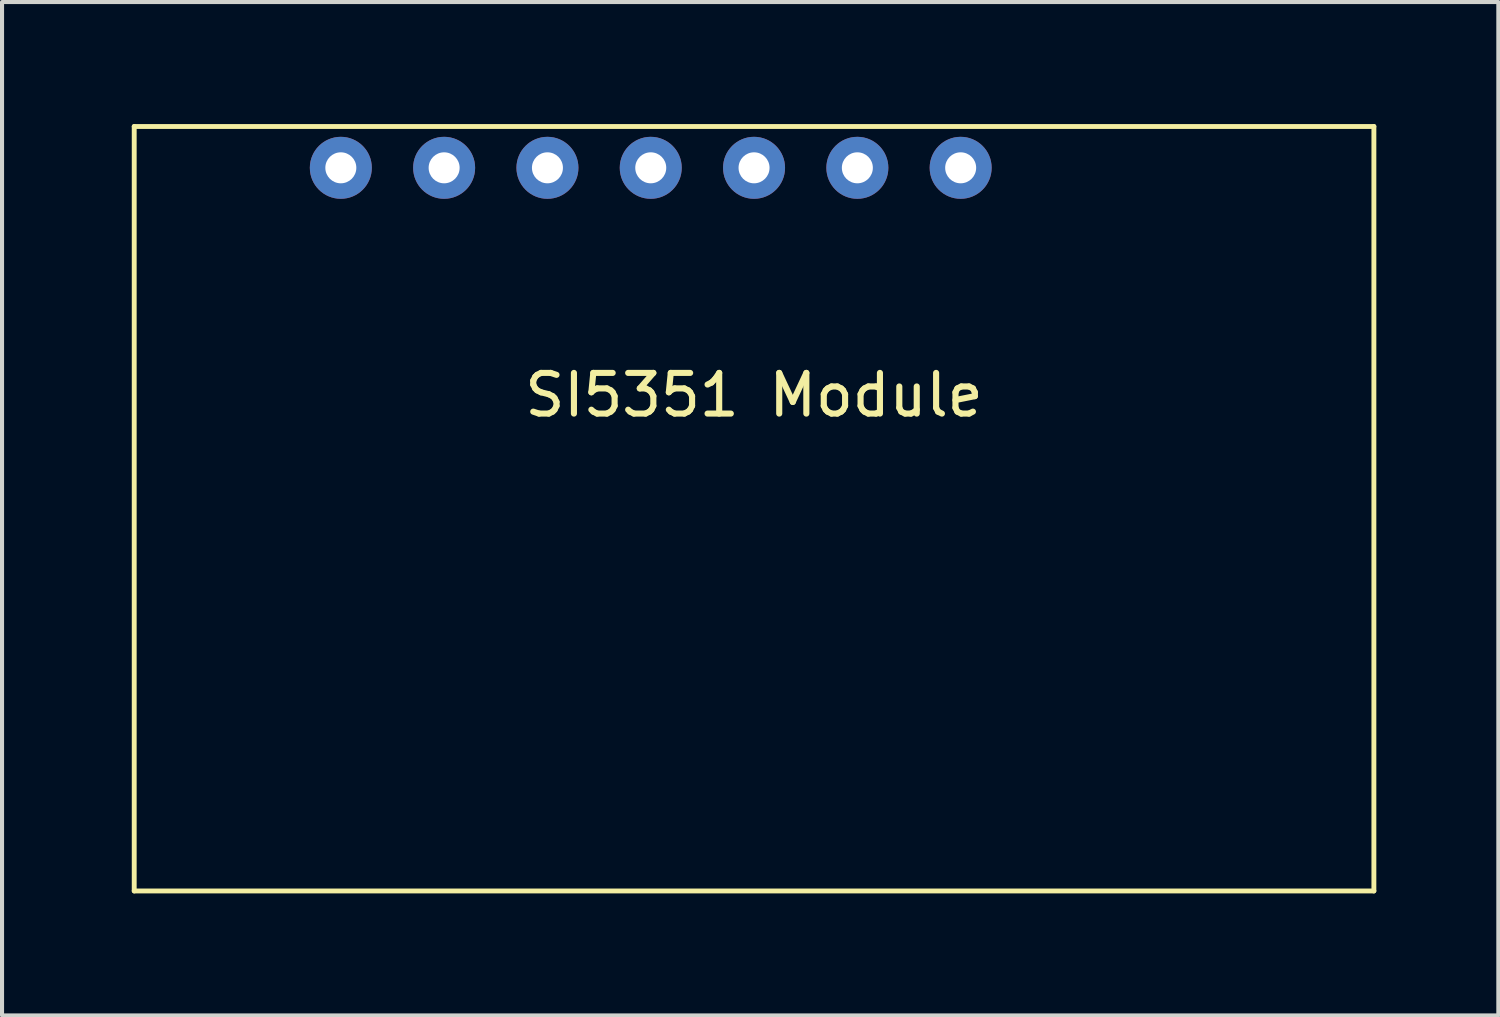
<source format=kicad_pcb>
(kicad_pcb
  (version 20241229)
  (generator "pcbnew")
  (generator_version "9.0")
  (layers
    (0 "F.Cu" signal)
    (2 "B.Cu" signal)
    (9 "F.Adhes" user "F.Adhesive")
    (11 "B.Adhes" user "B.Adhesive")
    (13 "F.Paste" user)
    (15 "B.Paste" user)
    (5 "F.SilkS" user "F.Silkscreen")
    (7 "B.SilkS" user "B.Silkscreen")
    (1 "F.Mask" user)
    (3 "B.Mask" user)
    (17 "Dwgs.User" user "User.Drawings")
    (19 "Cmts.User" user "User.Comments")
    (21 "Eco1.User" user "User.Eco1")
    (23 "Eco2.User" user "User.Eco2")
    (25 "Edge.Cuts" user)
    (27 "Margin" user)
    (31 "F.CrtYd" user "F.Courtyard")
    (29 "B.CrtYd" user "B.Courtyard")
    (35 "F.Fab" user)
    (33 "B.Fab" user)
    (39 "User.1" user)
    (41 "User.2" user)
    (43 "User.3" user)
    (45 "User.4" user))
  (footprint "SI5351 Module"
    (layer "F.Cu")
    (at 0.25 6.664)
    (property "Reference" "SI5351 Module" (at 15.24 0 0) (layer "F.SilkS") (effects (font (size 1 1) (thickness 0.15))))
    (attr through_hole)
    (fp_line (start 0 -6.604) (end 30.48 -6.604) (stroke (width 0.12) (type solid)) (layer "F.SilkS"))
    (fp_line (start 0 12.192) (end 0 -6.604) (stroke (width 0.12) (type solid)) (layer "F.SilkS"))
    (fp_line (start 30.48 -6.604) (end 30.48 12.192) (stroke (width 0.12) (type solid)) (layer "F.SilkS"))
    (fp_line (start 30.48 12.192) (end 0 12.192) (stroke (width 0.12) (type solid)) (layer "F.SilkS"))
    (pad "1" thru_hole circle (at 5.08 -5.588) (size 1.524 1.524) (drill 0.762) (layers "*.Cu" "*.Mask"))
    (pad "2" thru_hole circle (at 7.62 -5.588) (size 1.524 1.524) (drill 0.762) (layers "*.Cu" "*.Mask"))
    (pad "3" thru_hole circle (at 10.16 -5.588) (size 1.524 1.524) (drill 0.762) (layers "*.Cu" "*.Mask"))
    (pad "4" thru_hole circle (at 12.7 -5.588) (size 1.524 1.524) (drill 0.762) (layers "*.Cu" "*.Mask"))
    (pad "5" thru_hole circle (at 15.24 -5.588) (size 1.524 1.524) (drill 0.762) (layers "*.Cu" "*.Mask"))
    (pad "6" thru_hole circle (at 17.78 -5.588) (size 1.524 1.524) (drill 0.762) (layers "*.Cu" "*.Mask"))
    (pad "7" thru_hole circle (at 20.32 -5.588) (size 1.524 1.524) (drill 0.762) (layers "*.Cu" "*.Mask")))
  (gr_rect
    (start -3 -3)
    (end 33.79 21.916)
    (stroke (width 0.1) (type default))
    (fill no)
    (layer "Edge.Cuts")))
</source>
